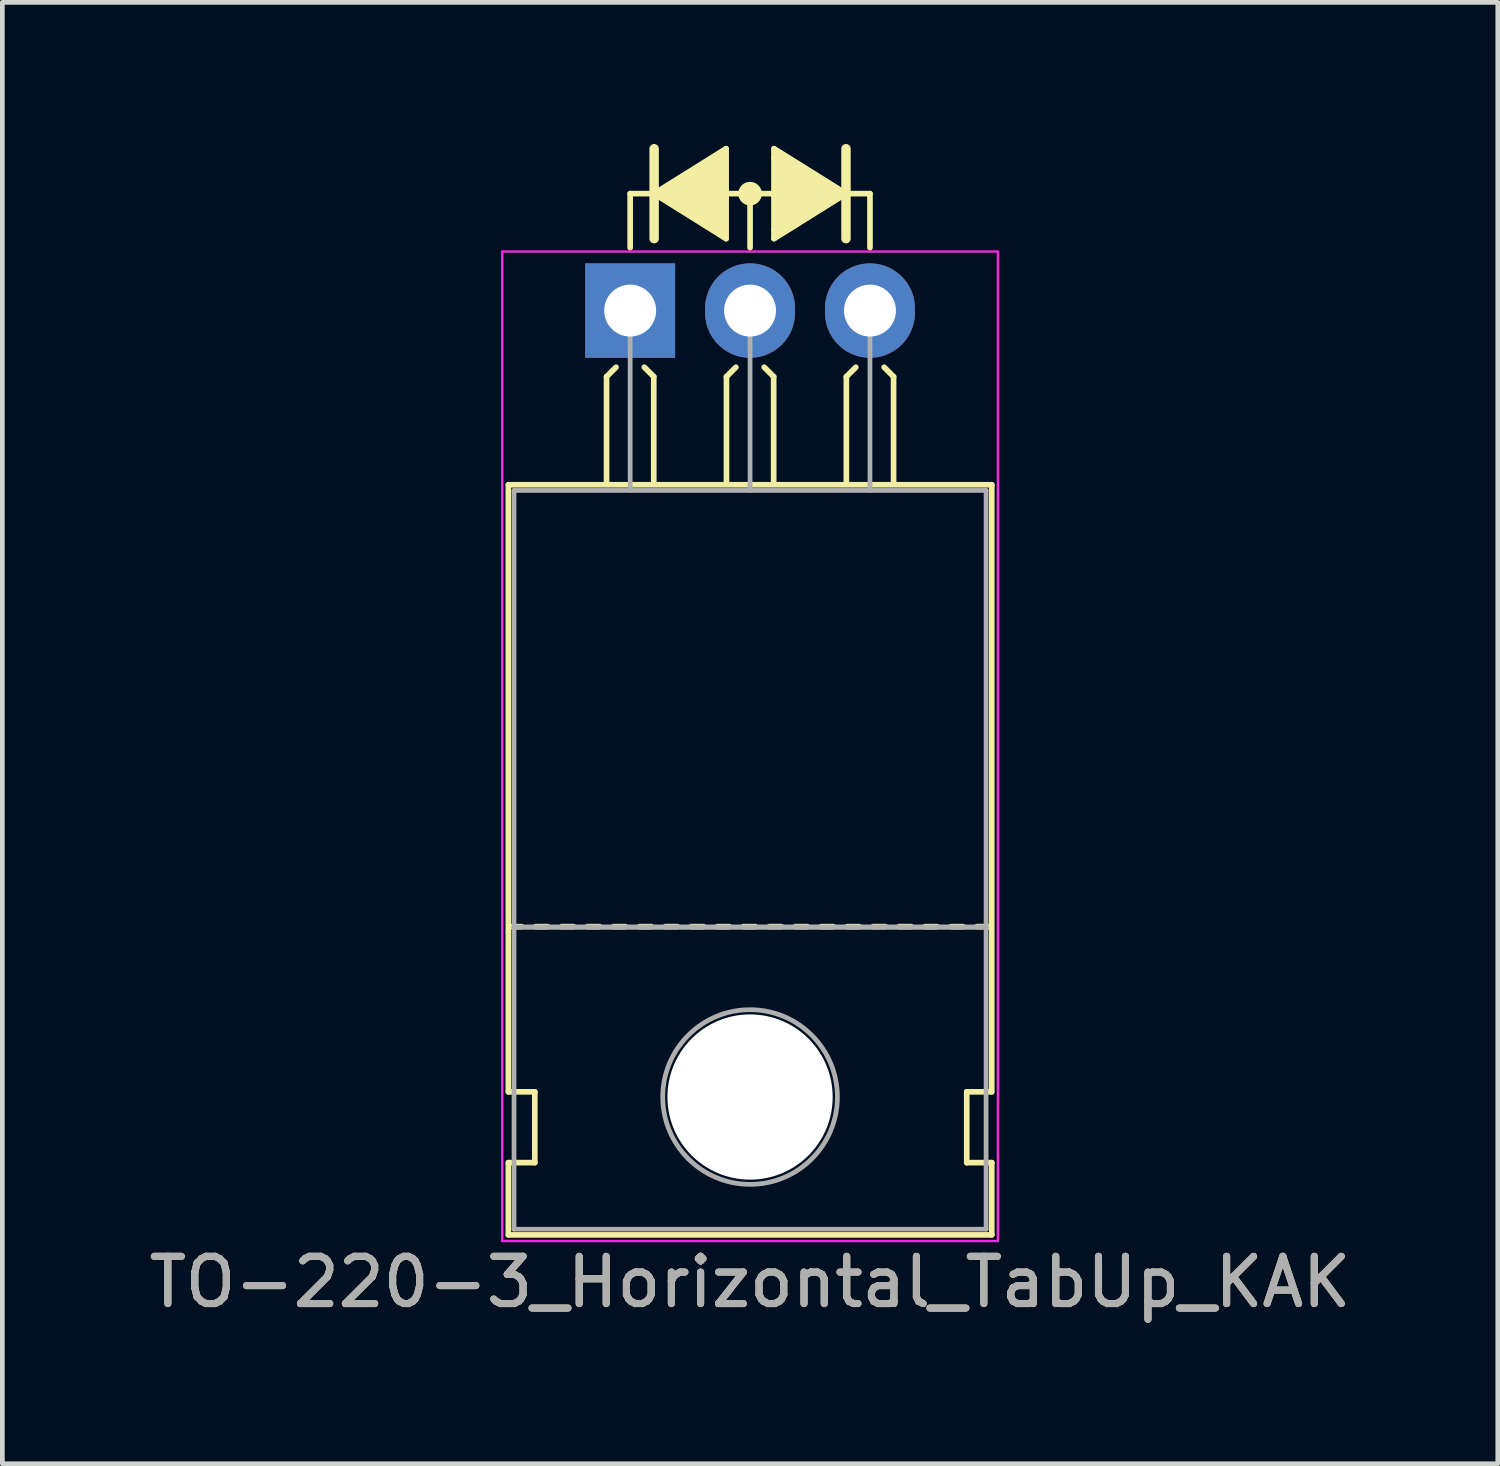
<source format=kicad_pcb>
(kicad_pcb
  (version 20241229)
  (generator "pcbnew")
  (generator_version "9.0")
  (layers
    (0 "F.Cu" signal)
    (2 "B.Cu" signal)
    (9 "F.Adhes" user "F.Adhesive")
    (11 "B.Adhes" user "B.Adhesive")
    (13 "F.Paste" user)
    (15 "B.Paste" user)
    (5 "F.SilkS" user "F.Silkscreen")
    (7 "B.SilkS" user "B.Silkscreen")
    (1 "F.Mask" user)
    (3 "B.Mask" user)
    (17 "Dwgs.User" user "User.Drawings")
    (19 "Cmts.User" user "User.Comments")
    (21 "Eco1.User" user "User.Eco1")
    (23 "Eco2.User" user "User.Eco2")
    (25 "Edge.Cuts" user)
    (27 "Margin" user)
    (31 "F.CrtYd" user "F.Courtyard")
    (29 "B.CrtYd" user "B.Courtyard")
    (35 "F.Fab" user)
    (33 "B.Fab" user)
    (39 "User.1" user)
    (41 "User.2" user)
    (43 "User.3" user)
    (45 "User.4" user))
  (footprint "TO-220-3_Horizontal_TabUp_KAK"
    (layer "F.Cu")
    (at 10.299 3.529)
    (property "Reference" "TO-220-3_Horizontal_TabUp_KAK" (at 2.54 20.58 0) (layer "F.SilkS") (effects (font (size 1 1) (thickness 0.15))))
    (attr through_hole)
    (fp_line (start -2.58 16.55) (end -2.58 3.69) (stroke (width 0.12) (type solid)) (layer "F.SilkS"))
    (fp_line (start -2.58 16.55) (end -2.02 16.55) (stroke (width 0.12) (type solid)) (layer "F.SilkS"))
    (fp_line (start -2.58 19.58) (end -2.58 18.05) (stroke (width 0.12) (type solid)) (layer "F.SilkS"))
    (fp_line (start -2.3 13.05) (end -2.55 13.05) (stroke (width 0.12) (type solid)) (layer "F.SilkS"))
    (fp_line (start -2.02 16.55) (end -2.02 18.05) (stroke (width 0.12) (type solid)) (layer "F.SilkS"))
    (fp_line (start -2.02 18.05) (end -2.58 18.05) (stroke (width 0.12) (type solid)) (layer "F.SilkS"))
    (fp_line (start -1.75 13.05) (end -2 13.05) (stroke (width 0.12) (type solid)) (layer "F.SilkS"))
    (fp_line (start -1.2 13.05) (end -1.45 13.05) (stroke (width 0.12) (type solid)) (layer "F.SilkS"))
    (fp_line (start -0.65 13.05) (end -0.9 13.05) (stroke (width 0.12) (type solid)) (layer "F.SilkS"))
    (fp_line (start -0.5 1.4) (end -0.3 1.2) (stroke (width 0.12) (type solid)) (layer "F.SilkS"))
    (fp_line (start -0.5 3.65) (end -0.5 1.4) (stroke (width 0.12) (type solid)) (layer "F.SilkS"))
    (fp_line (start -0.1 13.05) (end -0.35 13.05) (stroke (width 0.12) (type solid)) (layer "F.SilkS"))
    (fp_line (start 0 -2.477) (end 0.508 -2.477) (stroke (width 0.12) (type solid)) (layer "F.SilkS"))
    (fp_line (start 0 -1.333) (end 0 -2.477) (stroke (width 0.12) (type solid)) (layer "F.SilkS"))
    (fp_line (start 0.45 13.05) (end 0.2 13.05) (stroke (width 0.12) (type solid)) (layer "F.SilkS"))
    (fp_line (start 0.5 1.4) (end 0.3 1.2) (stroke (width 0.12) (type solid)) (layer "F.SilkS"))
    (fp_line (start 0.5 3.65) (end 0.5 1.4) (stroke (width 0.12) (type solid)) (layer "F.SilkS"))
    (fp_line (start 0.508 -3.429) (end 0.508 -1.524) (stroke (width 0.2) (type solid)) (layer "F.SilkS"))
    (fp_line (start 0.508 -2.477) (end 2.032 -1.524) (stroke (width 0.12) (type solid)) (layer "F.SilkS"))
    (fp_line (start 1 13.05) (end 0.75 13.05) (stroke (width 0.12) (type solid)) (layer "F.SilkS"))
    (fp_line (start 1.55 13.05) (end 1.3 13.05) (stroke (width 0.12) (type solid)) (layer "F.SilkS"))
    (fp_line (start 2.032 -3.429) (end 0.508 -2.477) (stroke (width 0.12) (type solid)) (layer "F.SilkS"))
    (fp_line (start 2.032 -1.524) (end 2.032 -3.429) (stroke (width 0.12) (type solid)) (layer "F.SilkS"))
    (fp_line (start 2.04 1.4) (end 2.24 1.2) (stroke (width 0.12) (type solid)) (layer "F.SilkS"))
    (fp_line (start 2.04 3.65) (end 2.04 1.4) (stroke (width 0.12) (type solid)) (layer "F.SilkS"))
    (fp_line (start 2.1 13.05) (end 1.85 13.05) (stroke (width 0.12) (type solid)) (layer "F.SilkS"))
    (fp_line (start 2.54 -2.477) (end 2.032 -2.477) (stroke (width 0.12) (type solid)) (layer "F.SilkS"))
    (fp_line (start 2.54 -2.477) (end 3.048 -2.477) (stroke (width 0.12) (type solid)) (layer "F.SilkS"))
    (fp_line (start 2.54 -1.333) (end 2.54 -2.477) (stroke (width 0.12) (type solid)) (layer "F.SilkS"))
    (fp_line (start 2.65 13.05) (end 2.4 13.05) (stroke (width 0.12) (type solid)) (layer "F.SilkS"))
    (fp_line (start 3.04 1.4) (end 2.84 1.2) (stroke (width 0.12) (type solid)) (layer "F.SilkS"))
    (fp_line (start 3.04 3.65) (end 3.04 1.4) (stroke (width 0.12) (type solid)) (layer "F.SilkS"))
    (fp_line (start 3.048 -3.239) (end 3.048 -3.429) (stroke (width 0.12) (type solid)) (layer "F.SilkS"))
    (fp_line (start 3.048 -3.239) (end 3.048 -1.714) (stroke (width 0.12) (type solid)) (layer "F.SilkS"))
    (fp_line (start 3.048 -1.714) (end 3.048 -1.524) (stroke (width 0.12) (type solid)) (layer "F.SilkS"))
    (fp_line (start 3.2 13.05) (end 2.95 13.05) (stroke (width 0.12) (type solid)) (layer "F.SilkS"))
    (fp_line (start 3.75 13.05) (end 3.5 13.05) (stroke (width 0.12) (type solid)) (layer "F.SilkS"))
    (fp_line (start 4.3 13.05) (end 4.05 13.05) (stroke (width 0.12) (type solid)) (layer "F.SilkS"))
    (fp_line (start 4.572 -2.477) (end 3.048 -3.429) (stroke (width 0.12) (type solid)) (layer "F.SilkS"))
    (fp_line (start 4.572 -2.477) (end 3.048 -1.524) (stroke (width 0.12) (type solid)) (layer "F.SilkS"))
    (fp_line (start 4.572 -1.524) (end 4.572 -3.429) (stroke (width 0.2) (type solid)) (layer "F.SilkS"))
    (fp_line (start 4.58 1.4) (end 4.78 1.2) (stroke (width 0.12) (type solid)) (layer "F.SilkS"))
    (fp_line (start 4.58 3.65) (end 4.58 1.4) (stroke (width 0.12) (type solid)) (layer "F.SilkS"))
    (fp_line (start 4.85 13.05) (end 4.6 13.05) (stroke (width 0.12) (type solid)) (layer "F.SilkS"))
    (fp_line (start 5.08 -2.477) (end 4.572 -2.477) (stroke (width 0.12) (type solid)) (layer "F.SilkS"))
    (fp_line (start 5.08 -1.333) (end 5.08 -2.477) (stroke (width 0.12) (type solid)) (layer "F.SilkS"))
    (fp_line (start 5.4 13.05) (end 5.15 13.05) (stroke (width 0.12) (type solid)) (layer "F.SilkS"))
    (fp_line (start 5.58 1.4) (end 5.38 1.2) (stroke (width 0.12) (type solid)) (layer "F.SilkS"))
    (fp_line (start 5.58 3.65) (end 5.58 1.4) (stroke (width 0.12) (type solid)) (layer "F.SilkS"))
    (fp_line (start 5.95 13.05) (end 5.7 13.05) (stroke (width 0.12) (type solid)) (layer "F.SilkS"))
    (fp_line (start 6.5 13.05) (end 6.25 13.05) (stroke (width 0.12) (type solid)) (layer "F.SilkS"))
    (fp_line (start 7.05 13.05) (end 6.8 13.05) (stroke (width 0.12) (type solid)) (layer "F.SilkS"))
    (fp_line (start 7.13 16.55) (end 7.655 16.55) (stroke (width 0.12) (type solid)) (layer "F.SilkS"))
    (fp_line (start 7.13 18.05) (end 7.13 16.55) (stroke (width 0.12) (type solid)) (layer "F.SilkS"))
    (fp_line (start 7.6 13.05) (end 7.35 13.05) (stroke (width 0.12) (type solid)) (layer "F.SilkS"))
    (fp_line (start 7.66 3.69) (end -2.58 3.69) (stroke (width 0.12) (type solid)) (layer "F.SilkS"))
    (fp_line (start 7.66 16.55) (end 7.66 3.69) (stroke (width 0.12) (type solid)) (layer "F.SilkS"))
    (fp_line (start 7.66 18.05) (end 7.13 18.05) (stroke (width 0.12) (type solid)) (layer "F.SilkS"))
    (fp_line (start 7.66 19.58) (end -2.58 19.58) (stroke (width 0.12) (type solid)) (layer "F.SilkS"))
    (fp_line (start 7.66 19.58) (end 7.66 18.05) (stroke (width 0.12) (type solid)) (layer "F.SilkS"))
    (fp_circle (center 2.54 -2.477) (end 2.54 -2.667) (stroke (width 0.12) (type solid)) (fill no) (layer "F.SilkS"))
    (fp_circle (center 2.54 -2.477) (end 2.54 -2.603) (stroke (width 0.12) (type solid)) (fill no) (layer "F.SilkS"))
    (fp_circle (center 2.54 -2.477) (end 2.54 -2.54) (stroke (width 0.12) (type solid)) (fill no) (layer "F.SilkS"))
    (fp_poly (pts (xy 2.032 -1.524) (xy 0.508 -2.477) (xy 2.032 -3.429)) (stroke (width 0.1) (type solid)) (fill yes) (layer "F.SilkS"))
    (fp_poly (pts (xy 4.572 -2.477) (xy 3.048 -1.524) (xy 3.048 -3.429)) (stroke (width 0.1) (type solid)) (fill yes) (layer "F.SilkS"))
    (fp_line (start -2.71 -1.25) (end -2.71 19.71) (stroke (width 0.05) (type solid)) (layer "F.CrtYd"))
    (fp_line (start -2.71 19.71) (end 7.79 19.71) (stroke (width 0.05) (type solid)) (layer "F.CrtYd"))
    (fp_line (start 7.79 -1.25) (end -2.71 -1.25) (stroke (width 0.05) (type solid)) (layer "F.CrtYd"))
    (fp_line (start 7.79 19.71) (end 7.79 -1.25) (stroke (width 0.05) (type solid)) (layer "F.CrtYd"))
    (fp_line (start -2.46 3.81) (end -2.46 13.06) (stroke (width 0.1) (type solid)) (layer "F.Fab"))
    (fp_line (start -2.46 13.06) (end -2.46 19.46) (stroke (width 0.1) (type solid)) (layer "F.Fab"))
    (fp_line (start -2.46 13.06) (end 7.54 13.06) (stroke (width 0.1) (type solid)) (layer "F.Fab"))
    (fp_line (start -2.46 19.46) (end 7.54 19.46) (stroke (width 0.1) (type solid)) (layer "F.Fab"))
    (fp_line (start 0 3.81) (end 0 0) (stroke (width 0.1) (type solid)) (layer "F.Fab"))
    (fp_line (start 2.54 3.81) (end 2.54 0) (stroke (width 0.1) (type solid)) (layer "F.Fab"))
    (fp_line (start 5.08 3.81) (end 5.08 0) (stroke (width 0.1) (type solid)) (layer "F.Fab"))
    (fp_line (start 7.54 3.81) (end -2.46 3.81) (stroke (width 0.1) (type solid)) (layer "F.Fab"))
    (fp_line (start 7.54 13.06) (end -2.46 13.06) (stroke (width 0.1) (type solid)) (layer "F.Fab"))
    (fp_line (start 7.54 13.06) (end 7.54 3.81) (stroke (width 0.1) (type solid)) (layer "F.Fab"))
    (fp_line (start 7.54 19.46) (end 7.54 13.06) (stroke (width 0.1) (type solid)) (layer "F.Fab"))
    (fp_circle (center 2.54 16.66) (end 4.39 16.66) (stroke (width 0.1) (type solid)) (fill no) (layer "F.Fab"))
    (fp_text user "${REFERENCE}" (at 2.54 20.58 0) (layer "F.Fab") (effects (font (size 1 1) (thickness 0.15))))
    (pad "" np_thru_hole oval (at 2.54 16.66) (size 3.5 3.5) (drill 3.5) (layers "*.Cu" "*.Mask"))
    (pad "1" thru_hole rect (at 0 0) (size 1.905 2) (drill 1.1) (layers "*.Cu" "*.Mask"))
    (pad "2" thru_hole oval (at 2.54 0) (size 1.905 2) (drill 1.1) (layers "*.Cu" "*.Mask"))
    (pad "3" thru_hole oval (at 5.08 0) (size 1.905 2) (drill 1.1) (layers "*.Cu" "*.Mask")))
  (gr_rect
    (start -3 -3)
    (end 28.679 27.957)
    (stroke (width 0.1) (type default))
    (fill no)
    (layer "Edge.Cuts")))
</source>
